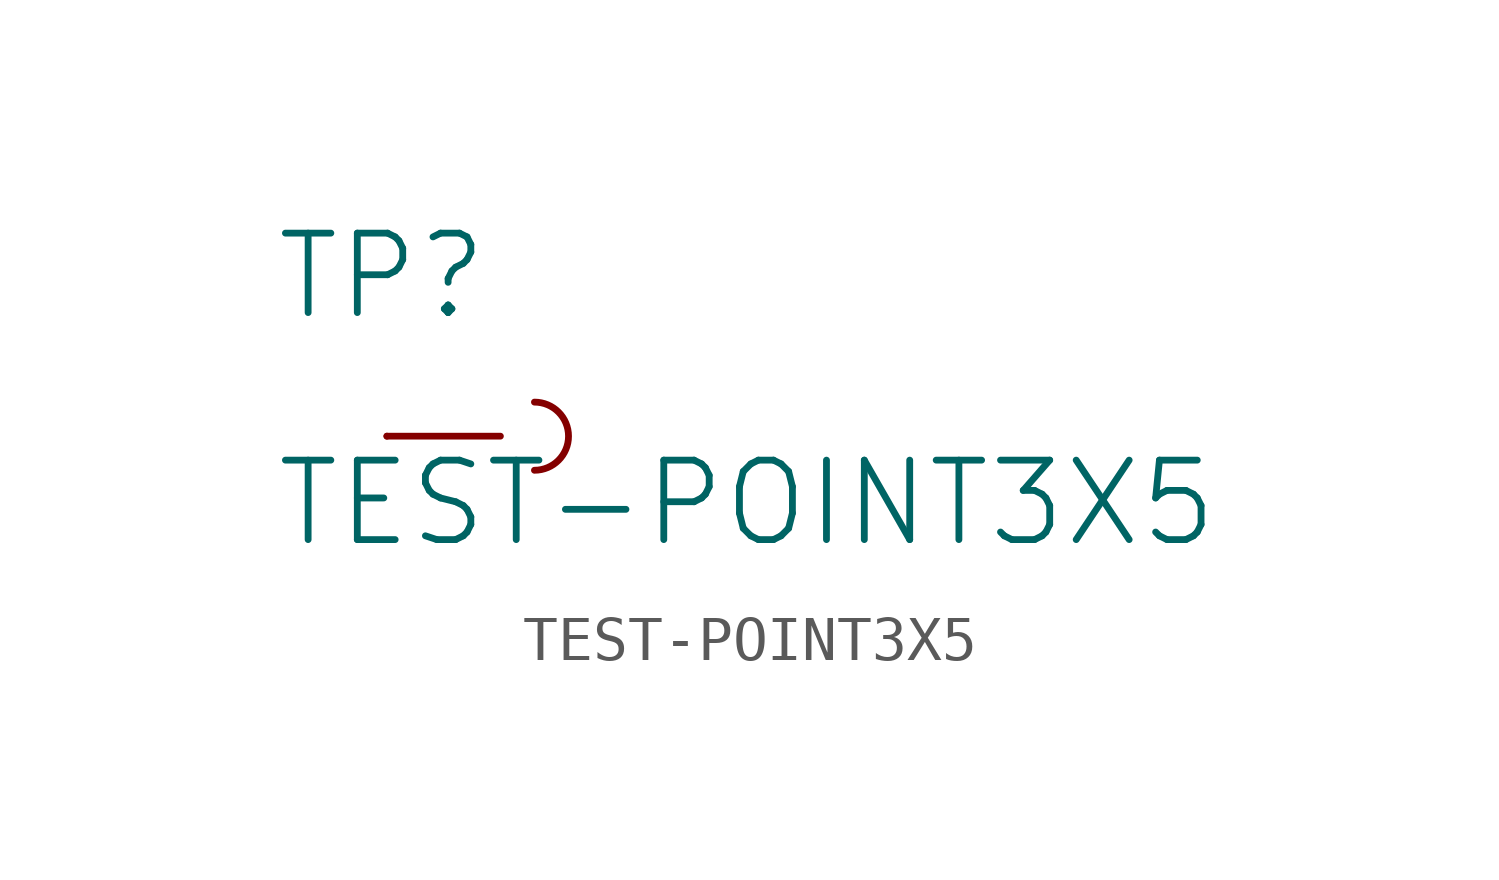
<source format=kicad_sym>
(kicad_symbol_lib
  (version 20211014)
  (generator kicad_symbol_editor)
  (symbol "TEST-POINT3X5"
    (property "Reference" "TP"
      (at -2.54 2.54 0)
      (effects (font (size 1.778 1.778)) (justify left bottom)))
    (property "Value" "TEST-POINT3X5"
      (at -2.54 -2.54 0)
      (effects (font (size 1.778 1.778)) (justify left bottom)))
    (property "ki_locked" ""
      (at 0 0 0)
      (effects (font (size 1.27 1.27))))
    (symbol "TEST-POINT3X5_1_0"
      (polyline (pts (xy 2.54 0) (xy 0 0)) (stroke (width 0.152) (type default) (color 0 0 0 0)) (fill (type none)))
      (arc (start 3.302 -0.762) (mid 4.064 0) (end 3.302 0.762) (stroke (width 0.1524) (type default) (color 0 0 0 0)) (fill (type none)))
      (pin bidirectional line (at 0 0 180) (length 0) (name "1" (effects (font (size 0 0)))) (number "P$1" (effects (font (size 0 0))))))))
</source>
